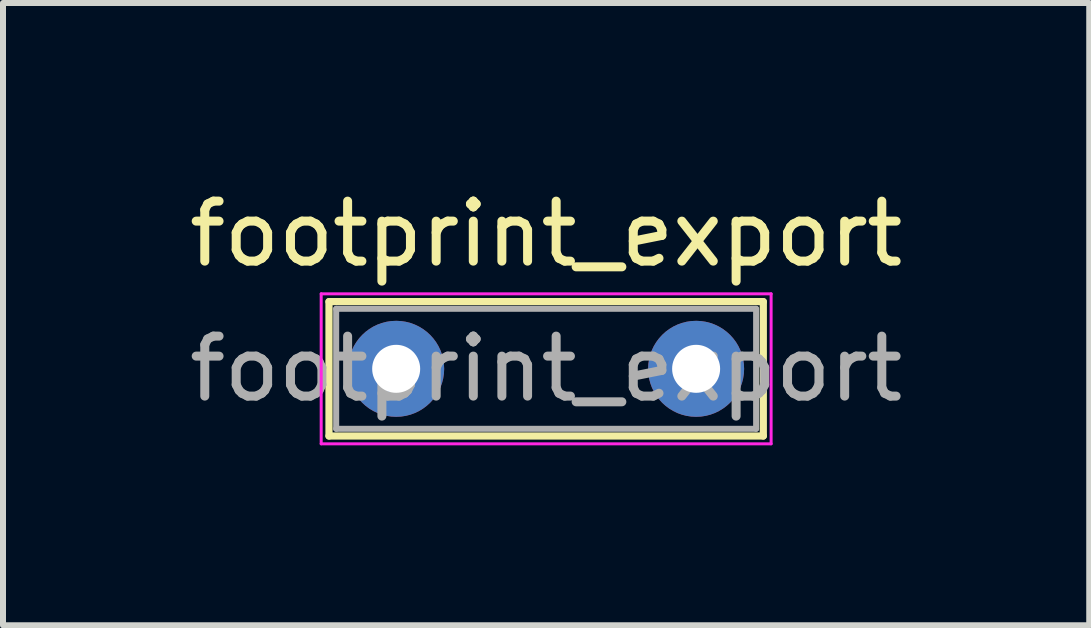
<source format=kicad_pcb>
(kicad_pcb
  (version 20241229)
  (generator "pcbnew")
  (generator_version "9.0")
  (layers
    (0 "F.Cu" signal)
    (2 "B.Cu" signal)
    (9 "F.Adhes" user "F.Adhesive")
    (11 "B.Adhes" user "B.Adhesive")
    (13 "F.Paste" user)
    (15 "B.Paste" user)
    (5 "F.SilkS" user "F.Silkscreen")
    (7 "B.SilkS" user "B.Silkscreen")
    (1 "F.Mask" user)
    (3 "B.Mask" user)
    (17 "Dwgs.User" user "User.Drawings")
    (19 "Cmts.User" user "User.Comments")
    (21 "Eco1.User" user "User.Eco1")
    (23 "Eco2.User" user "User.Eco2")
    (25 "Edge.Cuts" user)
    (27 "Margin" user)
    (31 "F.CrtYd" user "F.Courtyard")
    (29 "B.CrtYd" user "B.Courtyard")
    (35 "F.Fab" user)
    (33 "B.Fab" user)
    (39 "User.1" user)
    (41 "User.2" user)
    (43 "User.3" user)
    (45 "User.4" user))
  (footprint "footprint_export"
    (layer "F.Cu")
    (at 3.554 3.098)
    (property "Reference" "footprint_export" (at 2.5 -2.25 0) (layer "F.SilkS") (effects (font (size 1 1) (thickness 0.15))))
    (attr through_hole)
    (fp_line (start -1.12 -1.12) (end -1.12 1.12) (stroke (width 0.12) (type solid)) (layer "F.SilkS"))
    (fp_line (start -1.12 -1.12) (end 6.12 -1.12) (stroke (width 0.12) (type solid)) (layer "F.SilkS"))
    (fp_line (start -1.12 1.12) (end 6.12 1.12) (stroke (width 0.12) (type solid)) (layer "F.SilkS"))
    (fp_line (start 6.12 -1.12) (end 6.12 1.12) (stroke (width 0.12) (type solid)) (layer "F.SilkS"))
    (fp_line (start -1.25 -1.25) (end -1.25 1.25) (stroke (width 0.05) (type solid)) (layer "F.CrtYd"))
    (fp_line (start -1.25 1.25) (end 6.25 1.25) (stroke (width 0.05) (type solid)) (layer "F.CrtYd"))
    (fp_line (start 6.25 -1.25) (end -1.25 -1.25) (stroke (width 0.05) (type solid)) (layer "F.CrtYd"))
    (fp_line (start 6.25 1.25) (end 6.25 -1.25) (stroke (width 0.05) (type solid)) (layer "F.CrtYd"))
    (fp_line (start -1 -1) (end -1 1) (stroke (width 0.1) (type solid)) (layer "F.Fab"))
    (fp_line (start -1 1) (end 6 1) (stroke (width 0.1) (type solid)) (layer "F.Fab"))
    (fp_line (start 6 -1) (end -1 -1) (stroke (width 0.1) (type solid)) (layer "F.Fab"))
    (fp_line (start 6 1) (end 6 -1) (stroke (width 0.1) (type solid)) (layer "F.Fab"))
    (fp_text user "${REFERENCE}" (at 2.5 0 0) (layer "F.Fab") (effects (font (size 1 1) (thickness 0.15))))
    (pad "1" thru_hole circle (at 0 0) (size 1.6 1.6) (drill 0.8) (layers "*.Cu" "*.Mask"))
    (pad "2" thru_hole circle (at 5 0) (size 1.6 1.6) (drill 0.8) (layers "*.Cu" "*.Mask")))
  (gr_rect
    (start -3 -3)
    (end 15.107 7.373)
    (stroke (width 0.1) (type default))
    (fill no)
    (layer "Edge.Cuts")))
</source>
